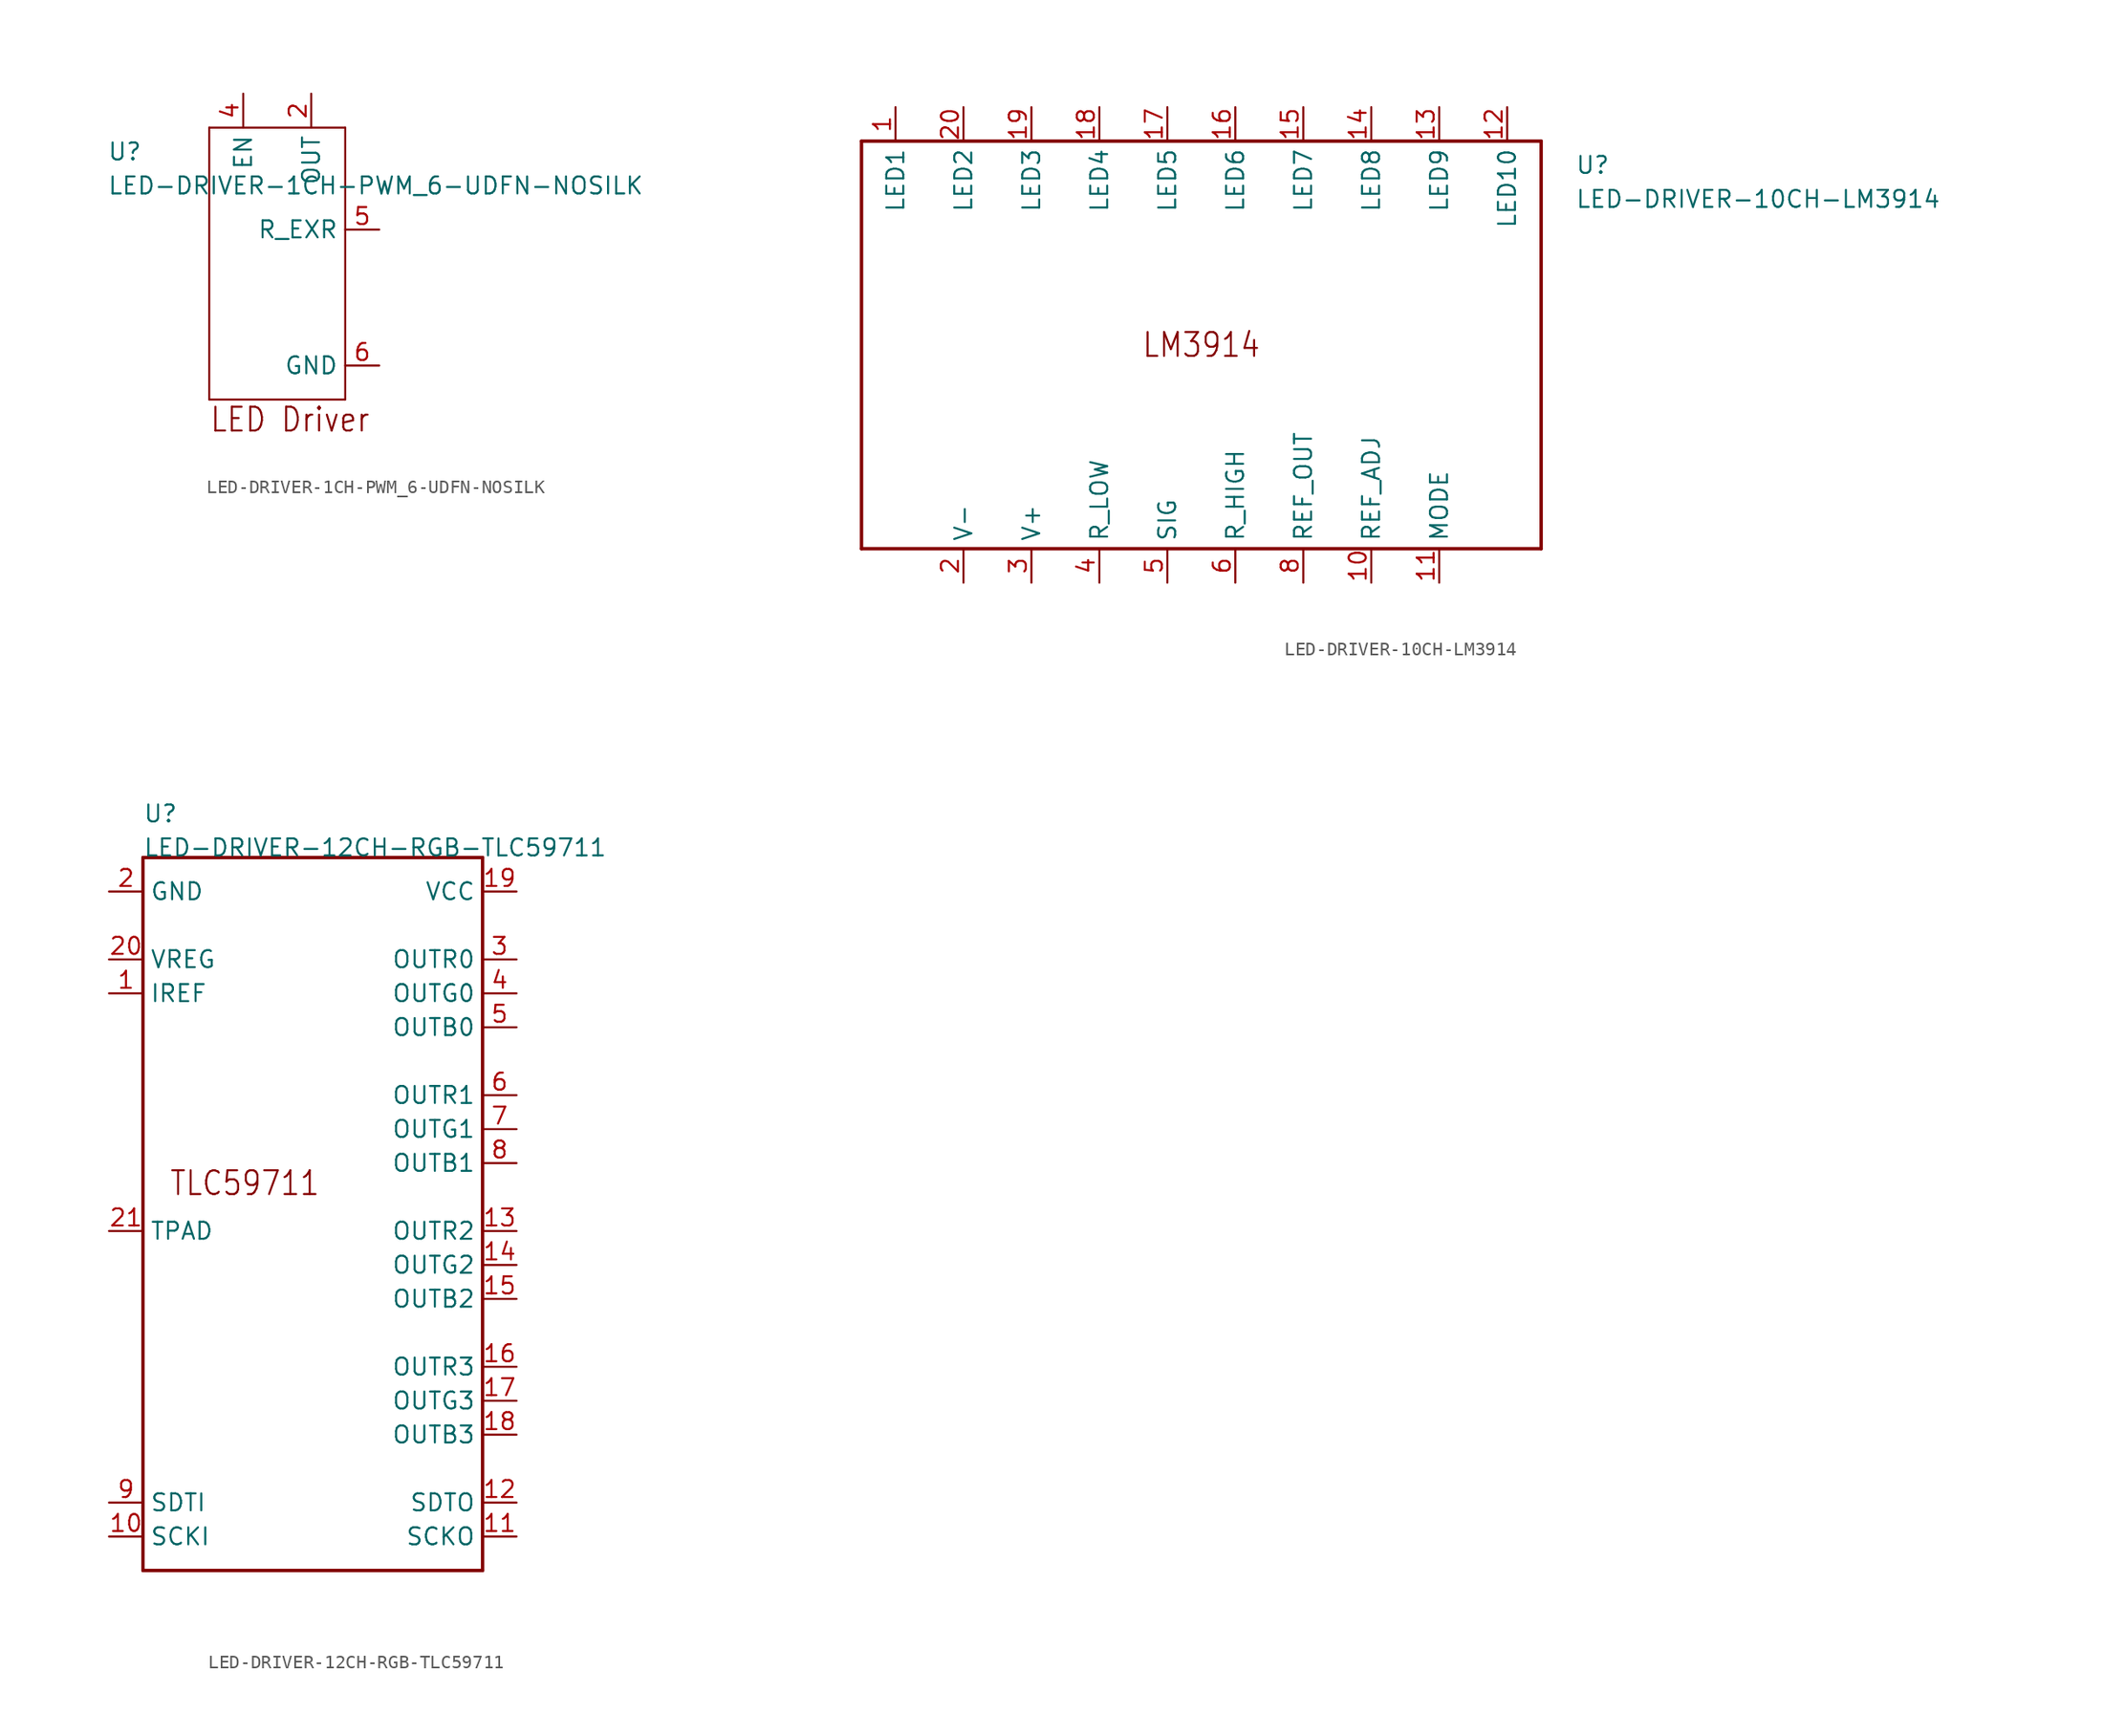
<source format=kicad_sym>
(kicad_symbol_lib
  (version 20211014)
  (generator kicad_symbol_editor)
  (symbol "LED-DRIVER-1CH-PWM_6-UDFN-NOSILK"
    (pin_names)
    (property "Reference" "U"
      (at -12.7 10.16 0)
      (effects (font (size 1.27 1.27)) (justify left bottom)))
    (property "Value" "LED-DRIVER-1CH-PWM_6-UDFN-NOSILK"
      (at -12.7 7.62 0)
      (effects (font (size 1.27 1.27)) (justify left bottom)))
    (property "Datasheet" ""
      (at 0 0 0))
    (property "ki_description" "LED Driver  - LED Driver IC 1 Output  PWM Dimming   Technical Specifications:    Dimming: PWM       Component Search:  [DATA SHEET NAME]   Datasheet:  BCR420UW6 / BCR421UW6   Datasheet:  BCR420UFDQ / BCR421UFDQ "
      (at 0 0 0))
    (property "ki_fp_filters" "FlashPCB_ICs:6-UDFN(2.0X2.0)-NOSILK"
      (at 0 0 0))
    (symbol "LED-DRIVER-1CH-PWM_6-UDFN-NOSILK_1_1"
      (text "LED Driver" (at -5.08 -10.16 0) (effects (font (size 1.778 1.52)) (justify left bottom)))
      (polyline (pts (xy -5.08 12.7) (xy 5.08 12.7)) (stroke (width 0.152)) (fill (type none)))
      (polyline (pts (xy 5.08 12.7) (xy 5.08 -7.62)) (stroke (width 0.152)) (fill (type none)))
      (polyline (pts (xy 5.08 -7.62) (xy -5.08 -7.62)) (stroke (width 0.152)) (fill (type none)))
      (polyline (pts (xy -5.08 -7.62) (xy -5.08 12.7)) (stroke (width 0.152)) (fill (type none)))
      (pin bidirectional line (at -2.54 15.24 270) (length 2.54) (name "EN" (effects (font (size 1.27 1.27)))) (number "4" (effects (font (size 1.27 1.27)))))
      (pin bidirectional line (at 2.54 15.24 270) (length 2.54) (name "OUT" (effects (font (size 1.27 1.27)))) (number "2" (effects (font (size 1.27 1.27)))))
      (pin bidirectional line (at 2.54 15.24 270) (length 2.54) hide (name "OUT" (effects (font (size 1.27 1.27)))) (number "TAB" (effects (font (size 1.27 1.27)))))
      (pin bidirectional line (at 7.62 5.08 180) (length 2.54) (name "R_EXR" (effects (font (size 1.27 1.27)))) (number "5" (effects (font (size 1.27 1.27)))))
      (pin bidirectional line (at 7.62 -5.08 180) (length 2.54) (name "GND" (effects (font (size 1.27 1.27)))) (number "6" (effects (font (size 1.27 1.27)))))))
  (symbol "LED-DRIVER-10CH-LM3914"
    (pin_names)
    (property "Reference" "U"
      (at 27.94 12.7 0)
      (effects (font (size 1.27 1.27)) (justify left bottom)))
    (property "Value" "LED-DRIVER-10CH-LM3914"
      (at 27.94 10.16 0)
      (effects (font (size 1.27 1.27)) (justify left bottom)))
    (property "Datasheet" ""
      (at 0 0 0))
    (property "ki_description" "LM3914  - IC DRVR DOT/BAR DISPLAY 20PLCC   Technical Specifications:    LED, LCD, Vacuum Fluorescent (VF) Driver 20-PLCC (9x9)   10-Step LED Driver suitable for LEDs, LCDs, or Vacuum Fluorescents   Supply Voltage: 3V~20V           Component Search:  LM3914   Datasheet:  LM3914 Dot/Bar Display Driver datasheet (Rev. B)  "
      (at 0 0 0))
    (property "ki_fp_filters" "FlashPCB_ICs:20-PLCC(9X9)"
      (at 0 0 0))
    (symbol "LED-DRIVER-10CH-LM3914_1_1"
      (text "LM3914" (at 0 0 0) (effects (font (size 1.778 1.52))))
      (polyline (pts (xy -25.4 15.24) (xy -25.4 -15.24)) (stroke (width 0.254)) (fill (type none)))
      (polyline (pts (xy -25.4 -15.24) (xy 25.4 -15.24)) (stroke (width 0.254)) (fill (type none)))
      (polyline (pts (xy 25.4 -15.24) (xy 25.4 15.24)) (stroke (width 0.254)) (fill (type none)))
      (polyline (pts (xy 25.4 15.24) (xy -25.4 15.24)) (stroke (width 0.254)) (fill (type none)))
      (pin bidirectional line (at -7.62 -17.78 90) (length 2.54) (name "R_LOW" (effects (font (size 1.27 1.27)))) (number "4" (effects (font (size 1.27 1.27)))))
      (pin bidirectional line (at -2.54 -17.78 90) (length 2.54) (name "SIG" (effects (font (size 1.27 1.27)))) (number "5" (effects (font (size 1.27 1.27)))))
      (pin bidirectional line (at 2.54 -17.78 90) (length 2.54) (name "R_HIGH" (effects (font (size 1.27 1.27)))) (number "6" (effects (font (size 1.27 1.27)))))
      (pin bidirectional line (at -17.78 -17.78 90) (length 2.54) (name "V-" (effects (font (size 1.27 1.27)))) (number "2" (effects (font (size 1.27 1.27)))))
      (pin bidirectional line (at 7.62 -17.78 90) (length 2.54) (name "REF_OUT" (effects (font (size 1.27 1.27)))) (number "8" (effects (font (size 1.27 1.27)))))
      (pin bidirectional line (at 12.7 -17.78 90) (length 2.54) (name "REF_ADJ" (effects (font (size 1.27 1.27)))) (number "10" (effects (font (size 1.27 1.27)))))
      (pin bidirectional line (at -12.7 -17.78 90) (length 2.54) (name "V+" (effects (font (size 1.27 1.27)))) (number "3" (effects (font (size 1.27 1.27)))))
      (pin bidirectional line (at 17.78 -17.78 90) (length 2.54) (name "MODE" (effects (font (size 1.27 1.27)))) (number "11" (effects (font (size 1.27 1.27)))))
      (pin bidirectional line (at -12.7 17.78 270) (length 2.54) (name "LED3" (effects (font (size 1.27 1.27)))) (number "19" (effects (font (size 1.27 1.27)))))
      (pin bidirectional line (at -17.78 17.78 270) (length 2.54) (name "LED2" (effects (font (size 1.27 1.27)))) (number "20" (effects (font (size 1.27 1.27)))))
      (pin bidirectional line (at -22.86 17.78 270) (length 2.54) (name "LED1" (effects (font (size 1.27 1.27)))) (number "1" (effects (font (size 1.27 1.27)))))
      (pin bidirectional line (at -7.62 17.78 270) (length 2.54) (name "LED4" (effects (font (size 1.27 1.27)))) (number "18" (effects (font (size 1.27 1.27)))))
      (pin bidirectional line (at -2.54 17.78 270) (length 2.54) (name "LED5" (effects (font (size 1.27 1.27)))) (number "17" (effects (font (size 1.27 1.27)))))
      (pin bidirectional line (at 2.54 17.78 270) (length 2.54) (name "LED6" (effects (font (size 1.27 1.27)))) (number "16" (effects (font (size 1.27 1.27)))))
      (pin bidirectional line (at 7.62 17.78 270) (length 2.54) (name "LED7" (effects (font (size 1.27 1.27)))) (number "15" (effects (font (size 1.27 1.27)))))
      (pin bidirectional line (at 12.7 17.78 270) (length 2.54) (name "LED8" (effects (font (size 1.27 1.27)))) (number "14" (effects (font (size 1.27 1.27)))))
      (pin bidirectional line (at 17.78 17.78 270) (length 2.54) (name "LED9" (effects (font (size 1.27 1.27)))) (number "13" (effects (font (size 1.27 1.27)))))
      (pin bidirectional line (at 22.86 17.78 270) (length 2.54) (name "LED10" (effects (font (size 1.27 1.27)))) (number "12" (effects (font (size 1.27 1.27)))))))
  (symbol "LED-DRIVER-12CH-RGB-TLC59711"
    (pin_names)
    (property "Reference" "U"
      (at -12.7 30.48 0)
      (effects (font (size 1.27 1.27)) (justify left bottom)))
    (property "Value" "LED-DRIVER-12CH-RGB-TLC59711"
      (at -12.7 27.94 0)
      (effects (font (size 1.27 1.27)) (justify left bottom)))
    (property "Datasheet" ""
      (at 0 0 0))
    (property "ki_description" "TLC59711  - IC LED DRVR LINEAR 60MA 20HTSSOP   Technical Specifications:    LED Driver IC 12 Output Linear Shift Register Dimming 60mA 20-HTSSOP   Driver Type: Linear Shift Register   PWM, 16-Bit Greyscale Control. 7-Bit brightness control   Outputs: 12 (3x RGB)   Voltage Supply: 3V~5.5V   Current Output/Channel: 60mA   LED Supply Voltage: Up to 17V       Component Search:  TLC59711   Datasheet:  12-Ch, 16-Bit, Enhanced Spec PWM, RGB LED Driver w/3.3-V Linear Reg and WD Timer datasheet (Rev. A)  "
      (at 0 0 0))
    (property "ki_fp_filters" "FlashPCB_ICs:20-HTSSOP"
      (at 0 0 0))
    (symbol "LED-DRIVER-12CH-RGB-TLC59711_1_1"
      (text "TLC59711" (at -5.08 2.54 0) (effects (font (size 1.778 1.52)) (justify bottom)))
      (polyline (pts (xy -12.7 27.94) (xy 12.7 27.94)) (stroke (width 0.254)) (fill (type none)))
      (polyline (pts (xy 12.7 27.94) (xy 12.7 -25.4)) (stroke (width 0.254)) (fill (type none)))
      (polyline (pts (xy 12.7 -25.4) (xy -12.7 -25.4)) (stroke (width 0.254)) (fill (type none)))
      (polyline (pts (xy -12.7 -25.4) (xy -12.7 27.94)) (stroke (width 0.254)) (fill (type none)))
      (pin bidirectional line (at -15.24 17.78 0) (length 2.54) (name "IREF" (effects (font (size 1.27 1.27)))) (number "1" (effects (font (size 1.27 1.27)))))
      (pin bidirectional line (at 15.24 20.32 180) (length 2.54) (name "OUTR0" (effects (font (size 1.27 1.27)))) (number "3" (effects (font (size 1.27 1.27)))))
      (pin bidirectional line (at 15.24 10.16 180) (length 2.54) (name "OUTR1" (effects (font (size 1.27 1.27)))) (number "6" (effects (font (size 1.27 1.27)))))
      (pin bidirectional line (at 15.24 0 180) (length 2.54) (name "OUTR2" (effects (font (size 1.27 1.27)))) (number "13" (effects (font (size 1.27 1.27)))))
      (pin bidirectional line (at 15.24 -10.16 180) (length 2.54) (name "OUTR3" (effects (font (size 1.27 1.27)))) (number "16" (effects (font (size 1.27 1.27)))))
      (pin bidirectional line (at 15.24 17.78 180) (length 2.54) (name "OUTG0" (effects (font (size 1.27 1.27)))) (number "4" (effects (font (size 1.27 1.27)))))
      (pin bidirectional line (at 15.24 7.62 180) (length 2.54) (name "OUTG1" (effects (font (size 1.27 1.27)))) (number "7" (effects (font (size 1.27 1.27)))))
      (pin bidirectional line (at 15.24 -2.54 180) (length 2.54) (name "OUTG2" (effects (font (size 1.27 1.27)))) (number "14" (effects (font (size 1.27 1.27)))))
      (pin bidirectional line (at 15.24 -12.7 180) (length 2.54) (name "OUTG3" (effects (font (size 1.27 1.27)))) (number "17" (effects (font (size 1.27 1.27)))))
      (pin bidirectional line (at 15.24 15.24 180) (length 2.54) (name "OUTB0" (effects (font (size 1.27 1.27)))) (number "5" (effects (font (size 1.27 1.27)))))
      (pin bidirectional line (at 15.24 5.08 180) (length 2.54) (name "OUTB1" (effects (font (size 1.27 1.27)))) (number "8" (effects (font (size 1.27 1.27)))))
      (pin bidirectional line (at 15.24 -5.08 180) (length 2.54) (name "OUTB2" (effects (font (size 1.27 1.27)))) (number "15" (effects (font (size 1.27 1.27)))))
      (pin bidirectional line (at 15.24 -15.24 180) (length 2.54) (name "OUTB3" (effects (font (size 1.27 1.27)))) (number "18" (effects (font (size 1.27 1.27)))))
      (pin bidirectional line (at -15.24 25.4 0) (length 2.54) (name "GND" (effects (font (size 1.27 1.27)))) (number "2" (effects (font (size 1.27 1.27)))))
      (pin bidirectional line (at -15.24 -20.32 0) (length 2.54) (name "SDTI" (effects (font (size 1.27 1.27)))) (number "9" (effects (font (size 1.27 1.27)))))
      (pin bidirectional line (at -15.24 -22.86 0) (length 2.54) (name "SCKI" (effects (font (size 1.27 1.27)))) (number "10" (effects (font (size 1.27 1.27)))))
      (pin bidirectional line (at 15.24 -20.32 180) (length 2.54) (name "SDTO" (effects (font (size 1.27 1.27)))) (number "12" (effects (font (size 1.27 1.27)))))
      (pin bidirectional line (at 15.24 -22.86 180) (length 2.54) (name "SCKO" (effects (font (size 1.27 1.27)))) (number "11" (effects (font (size 1.27 1.27)))))
      (pin bidirectional line (at -15.24 20.32 0) (length 2.54) (name "VREG" (effects (font (size 1.27 1.27)))) (number "20" (effects (font (size 1.27 1.27)))))
      (pin bidirectional line (at 15.24 25.4 180) (length 2.54) (name "VCC" (effects (font (size 1.27 1.27)))) (number "19" (effects (font (size 1.27 1.27)))))
      (pin bidirectional line (at -15.24 0 0) (length 2.54) (name "TPAD" (effects (font (size 1.27 1.27)))) (number "21" (effects (font (size 1.27 1.27))))))))
</source>
